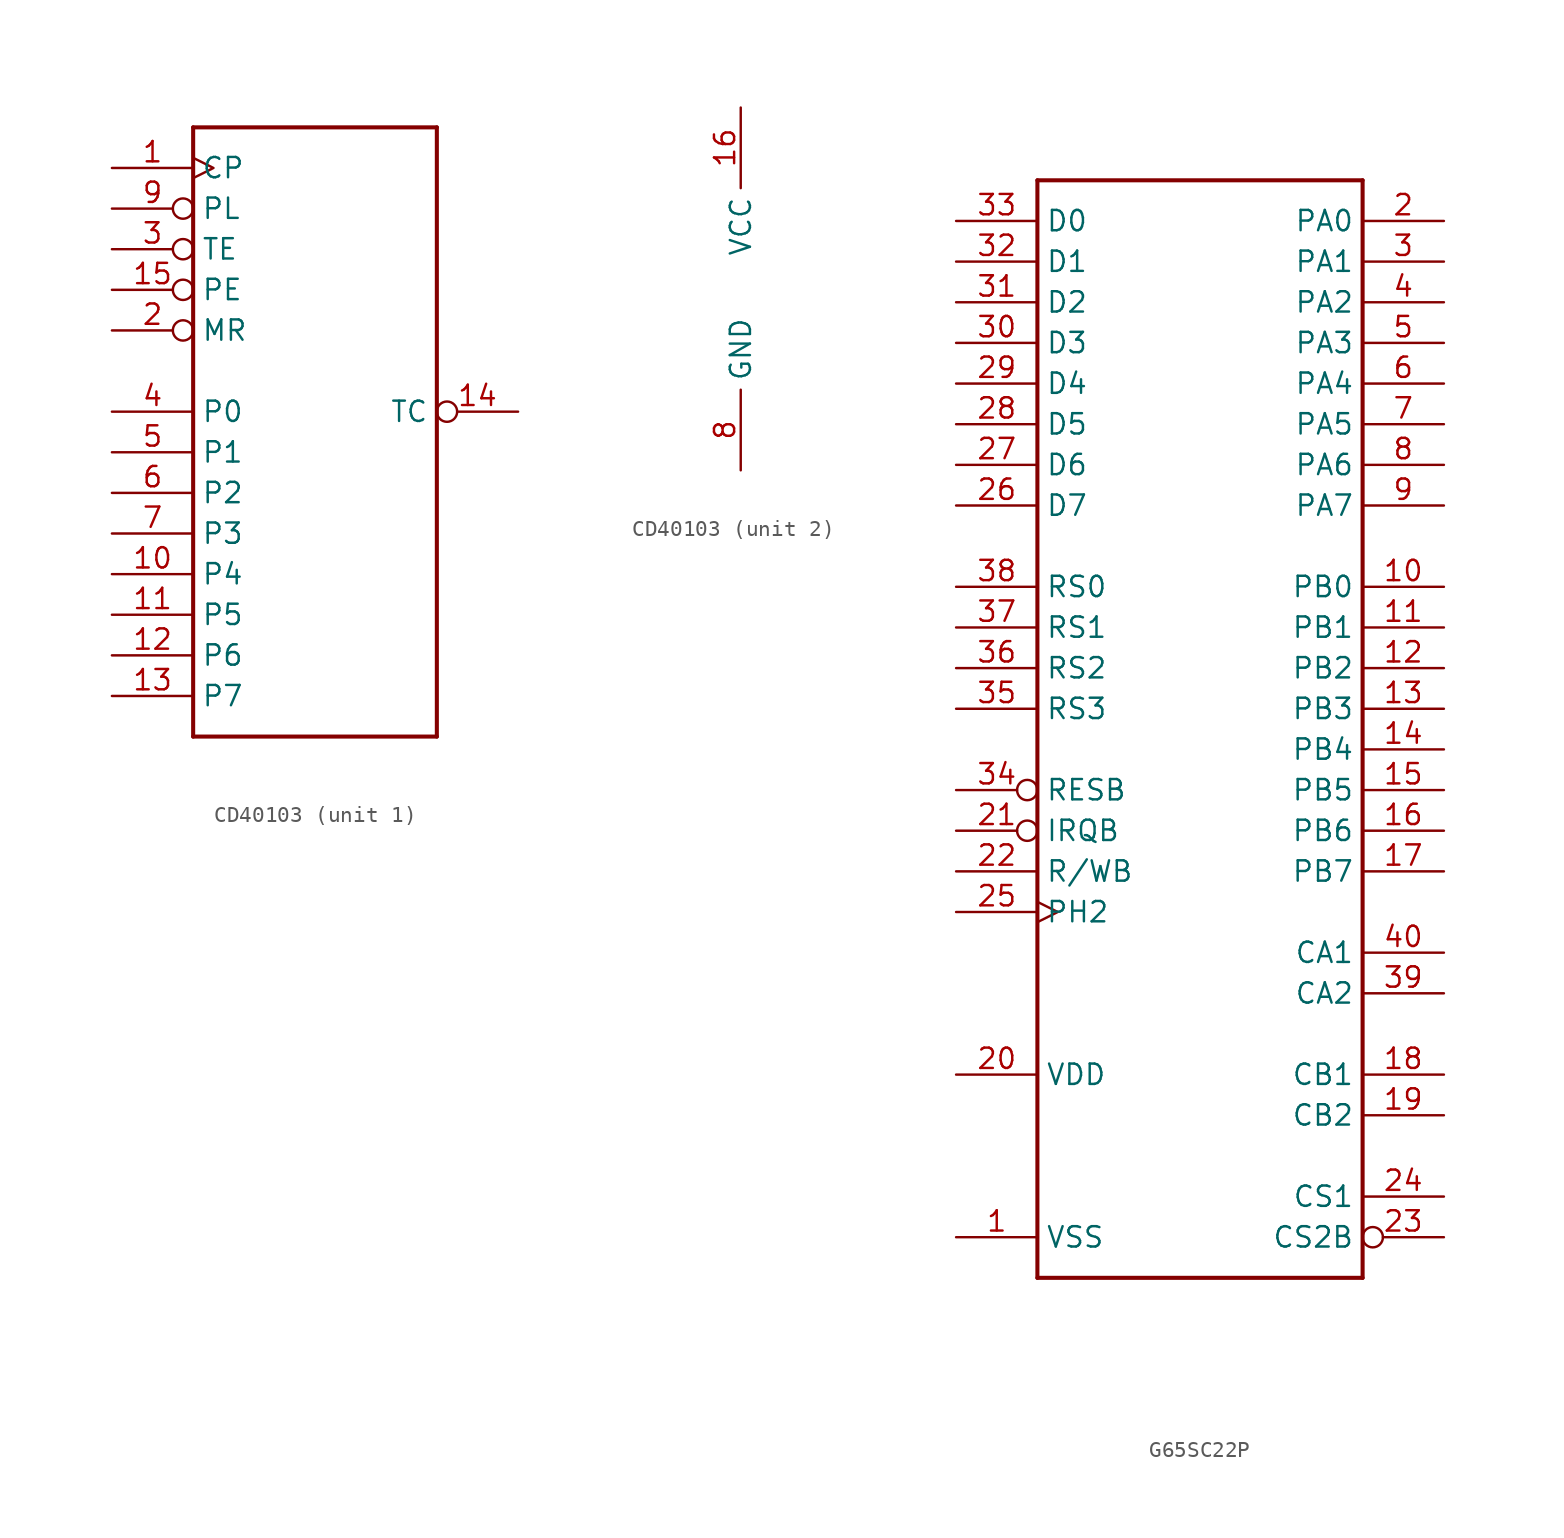
<source format=kicad_sym>
(kicad_symbol_lib
  (version 20220914)
  (generator kicad_symbol_editor)
  (symbol "CD40103"
    (property "Reference" ""
      (at 0 0 0)
      (effects (font (size 1.27 1.27)) hide))
    (property "ki_locked" ""
      (at 0 0 0)
      (effects (font (size 1.27 1.27))))
    (symbol "CD40103_1_0"
      (polyline (pts (xy -7.62 -20.32) (xy -7.62 17.78)) (stroke (width 0.254) (type solid)) (fill (type none)))
      (polyline (pts (xy -7.62 17.78) (xy 7.62 17.78)) (stroke (width 0.254) (type solid)) (fill (type none)))
      (polyline (pts (xy 7.62 -20.32) (xy -7.62 -20.32)) (stroke (width 0.254) (type solid)) (fill (type none)))
      (polyline (pts (xy 7.62 17.78) (xy 7.62 -20.32)) (stroke (width 0.254) (type solid)) (fill (type none)))
      (pin input clock (at -12.7 15.24 0) (length 5.08) (name "CP" (effects (font (size 1.27 1.27)))) (number "1" (effects (font (size 1.27 1.27)))))
      (pin input line (at -12.7 -10.16 0) (length 5.08) (name "P4" (effects (font (size 1.27 1.27)))) (number "10" (effects (font (size 1.27 1.27)))))
      (pin input line (at -12.7 -12.7 0) (length 5.08) (name "P5" (effects (font (size 1.27 1.27)))) (number "11" (effects (font (size 1.27 1.27)))))
      (pin input line (at -12.7 -15.24 0) (length 5.08) (name "P6" (effects (font (size 1.27 1.27)))) (number "12" (effects (font (size 1.27 1.27)))))
      (pin input line (at -12.7 -17.78 0) (length 5.08) (name "P7" (effects (font (size 1.27 1.27)))) (number "13" (effects (font (size 1.27 1.27)))))
      (pin output inverted (at 12.7 0 180) (length 5.08) (name "TC" (effects (font (size 1.27 1.27)))) (number "14" (effects (font (size 1.27 1.27)))))
      (pin input inverted (at -12.7 7.62 0) (length 5.08) (name "PE" (effects (font (size 1.27 1.27)))) (number "15" (effects (font (size 1.27 1.27)))))
      (pin input inverted (at -12.7 5.08 0) (length 5.08) (name "MR" (effects (font (size 1.27 1.27)))) (number "2" (effects (font (size 1.27 1.27)))))
      (pin input inverted (at -12.7 10.16 0) (length 5.08) (name "TE" (effects (font (size 1.27 1.27)))) (number "3" (effects (font (size 1.27 1.27)))))
      (pin input line (at -12.7 0 0) (length 5.08) (name "P0" (effects (font (size 1.27 1.27)))) (number "4" (effects (font (size 1.27 1.27)))))
      (pin input line (at -12.7 -2.54 0) (length 5.08) (name "P1" (effects (font (size 1.27 1.27)))) (number "5" (effects (font (size 1.27 1.27)))))
      (pin input line (at -12.7 -5.08 0) (length 5.08) (name "P2" (effects (font (size 1.27 1.27)))) (number "6" (effects (font (size 1.27 1.27)))))
      (pin input line (at -12.7 -7.62 0) (length 5.08) (name "P3" (effects (font (size 1.27 1.27)))) (number "7" (effects (font (size 1.27 1.27)))))
      (pin input inverted (at -12.7 12.7 0) (length 5.08) (name "PL" (effects (font (size 1.27 1.27)))) (number "9" (effects (font (size 1.27 1.27))))))
    (symbol "CD40103_2_0"
      (pin power_in line (at 0 12.7 270) (length 5.08) (name "VCC" (effects (font (size 1.27 1.27)))) (number "16" (effects (font (size 1.27 1.27)))))
      (pin power_in line (at 0 -10.16 90) (length 5.08) (name "GND" (effects (font (size 1.27 1.27)))) (number "8" (effects (font (size 1.27 1.27)))))))
  (symbol "G65SC22P"
    (property "Reference" "U"
      (at -10.16 30.48 0)
      (effects (font (size 1.778 1.511)) (justify left top) hide))
    (property "Value" ""
      (at -10.16 -43.18 0)
      (effects (font (size 1.778 1.511)) (justify left bottom)))
    (property "ki_locked" ""
      (at 0 0 0)
      (effects (font (size 1.27 1.27))))
    (symbol "G65SC22P_1_0"
      (polyline (pts (xy -10.16 -40.64) (xy -10.16 27.94)) (stroke (width 0.254) (type solid)) (fill (type none)))
      (polyline (pts (xy -10.16 27.94) (xy 10.16 27.94)) (stroke (width 0.254) (type solid)) (fill (type none)))
      (polyline (pts (xy 10.16 -40.64) (xy -10.16 -40.64)) (stroke (width 0.254) (type solid)) (fill (type none)))
      (polyline (pts (xy 10.16 27.94) (xy 10.16 -40.64)) (stroke (width 0.254) (type solid)) (fill (type none)))
      (pin power_in line (at -15.24 -38.1 0) (length 5.08) (name "VSS" (effects (font (size 1.27 1.27)))) (number "1" (effects (font (size 1.27 1.27)))))
      (pin bidirectional line (at 15.24 2.54 180) (length 5.08) (name "PB0" (effects (font (size 1.27 1.27)))) (number "10" (effects (font (size 1.27 1.27)))))
      (pin bidirectional line (at 15.24 0 180) (length 5.08) (name "PB1" (effects (font (size 1.27 1.27)))) (number "11" (effects (font (size 1.27 1.27)))))
      (pin bidirectional line (at 15.24 -2.54 180) (length 5.08) (name "PB2" (effects (font (size 1.27 1.27)))) (number "12" (effects (font (size 1.27 1.27)))))
      (pin bidirectional line (at 15.24 -5.08 180) (length 5.08) (name "PB3" (effects (font (size 1.27 1.27)))) (number "13" (effects (font (size 1.27 1.27)))))
      (pin bidirectional line (at 15.24 -7.62 180) (length 5.08) (name "PB4" (effects (font (size 1.27 1.27)))) (number "14" (effects (font (size 1.27 1.27)))))
      (pin bidirectional line (at 15.24 -10.16 180) (length 5.08) (name "PB5" (effects (font (size 1.27 1.27)))) (number "15" (effects (font (size 1.27 1.27)))))
      (pin bidirectional line (at 15.24 -12.7 180) (length 5.08) (name "PB6" (effects (font (size 1.27 1.27)))) (number "16" (effects (font (size 1.27 1.27)))))
      (pin bidirectional line (at 15.24 -15.24 180) (length 5.08) (name "PB7" (effects (font (size 1.27 1.27)))) (number "17" (effects (font (size 1.27 1.27)))))
      (pin bidirectional line (at 15.24 -27.94 180) (length 5.08) (name "CB1" (effects (font (size 1.27 1.27)))) (number "18" (effects (font (size 1.27 1.27)))))
      (pin bidirectional line (at 15.24 -30.48 180) (length 5.08) (name "CB2" (effects (font (size 1.27 1.27)))) (number "19" (effects (font (size 1.27 1.27)))))
      (pin bidirectional line (at 15.24 25.4 180) (length 5.08) (name "PA0" (effects (font (size 1.27 1.27)))) (number "2" (effects (font (size 1.27 1.27)))))
      (pin power_in line (at -15.24 -27.94 0) (length 5.08) (name "VDD" (effects (font (size 1.27 1.27)))) (number "20" (effects (font (size 1.27 1.27)))))
      (pin output inverted (at -15.24 -12.7 0) (length 5.08) (name "IRQB" (effects (font (size 1.27 1.27)))) (number "21" (effects (font (size 1.27 1.27)))))
      (pin input line (at -15.24 -15.24 0) (length 5.08) (name "R/WB" (effects (font (size 1.27 1.27)))) (number "22" (effects (font (size 1.27 1.27)))))
      (pin input inverted (at 15.24 -38.1 180) (length 5.08) (name "CS2B" (effects (font (size 1.27 1.27)))) (number "23" (effects (font (size 1.27 1.27)))))
      (pin input line (at 15.24 -35.56 180) (length 5.08) (name "CS1" (effects (font (size 1.27 1.27)))) (number "24" (effects (font (size 1.27 1.27)))))
      (pin input clock (at -15.24 -17.78 0) (length 5.08) (name "PH2" (effects (font (size 1.27 1.27)))) (number "25" (effects (font (size 1.27 1.27)))))
      (pin bidirectional line (at -15.24 7.62 0) (length 5.08) (name "D7" (effects (font (size 1.27 1.27)))) (number "26" (effects (font (size 1.27 1.27)))))
      (pin bidirectional line (at -15.24 10.16 0) (length 5.08) (name "D6" (effects (font (size 1.27 1.27)))) (number "27" (effects (font (size 1.27 1.27)))))
      (pin bidirectional line (at -15.24 12.7 0) (length 5.08) (name "D5" (effects (font (size 1.27 1.27)))) (number "28" (effects (font (size 1.27 1.27)))))
      (pin bidirectional line (at -15.24 15.24 0) (length 5.08) (name "D4" (effects (font (size 1.27 1.27)))) (number "29" (effects (font (size 1.27 1.27)))))
      (pin bidirectional line (at 15.24 22.86 180) (length 5.08) (name "PA1" (effects (font (size 1.27 1.27)))) (number "3" (effects (font (size 1.27 1.27)))))
      (pin bidirectional line (at -15.24 17.78 0) (length 5.08) (name "D3" (effects (font (size 1.27 1.27)))) (number "30" (effects (font (size 1.27 1.27)))))
      (pin bidirectional line (at -15.24 20.32 0) (length 5.08) (name "D2" (effects (font (size 1.27 1.27)))) (number "31" (effects (font (size 1.27 1.27)))))
      (pin bidirectional line (at -15.24 22.86 0) (length 5.08) (name "D1" (effects (font (size 1.27 1.27)))) (number "32" (effects (font (size 1.27 1.27)))))
      (pin bidirectional line (at -15.24 25.4 0) (length 5.08) (name "D0" (effects (font (size 1.27 1.27)))) (number "33" (effects (font (size 1.27 1.27)))))
      (pin input inverted (at -15.24 -10.16 0) (length 5.08) (name "RESB" (effects (font (size 1.27 1.27)))) (number "34" (effects (font (size 1.27 1.27)))))
      (pin input line (at -15.24 -5.08 0) (length 5.08) (name "RS3" (effects (font (size 1.27 1.27)))) (number "35" (effects (font (size 1.27 1.27)))))
      (pin input line (at -15.24 -2.54 0) (length 5.08) (name "RS2" (effects (font (size 1.27 1.27)))) (number "36" (effects (font (size 1.27 1.27)))))
      (pin input line (at -15.24 0 0) (length 5.08) (name "RS1" (effects (font (size 1.27 1.27)))) (number "37" (effects (font (size 1.27 1.27)))))
      (pin input line (at -15.24 2.54 0) (length 5.08) (name "RS0" (effects (font (size 1.27 1.27)))) (number "38" (effects (font (size 1.27 1.27)))))
      (pin bidirectional line (at 15.24 -22.86 180) (length 5.08) (name "CA2" (effects (font (size 1.27 1.27)))) (number "39" (effects (font (size 1.27 1.27)))))
      (pin bidirectional line (at 15.24 20.32 180) (length 5.08) (name "PA2" (effects (font (size 1.27 1.27)))) (number "4" (effects (font (size 1.27 1.27)))))
      (pin bidirectional line (at 15.24 -20.32 180) (length 5.08) (name "CA1" (effects (font (size 1.27 1.27)))) (number "40" (effects (font (size 1.27 1.27)))))
      (pin bidirectional line (at 15.24 17.78 180) (length 5.08) (name "PA3" (effects (font (size 1.27 1.27)))) (number "5" (effects (font (size 1.27 1.27)))))
      (pin bidirectional line (at 15.24 15.24 180) (length 5.08) (name "PA4" (effects (font (size 1.27 1.27)))) (number "6" (effects (font (size 1.27 1.27)))))
      (pin bidirectional line (at 15.24 12.7 180) (length 5.08) (name "PA5" (effects (font (size 1.27 1.27)))) (number "7" (effects (font (size 1.27 1.27)))))
      (pin bidirectional line (at 15.24 10.16 180) (length 5.08) (name "PA6" (effects (font (size 1.27 1.27)))) (number "8" (effects (font (size 1.27 1.27)))))
      (pin bidirectional line (at 15.24 7.62 180) (length 5.08) (name "PA7" (effects (font (size 1.27 1.27)))) (number "9" (effects (font (size 1.27 1.27))))))))
</source>
